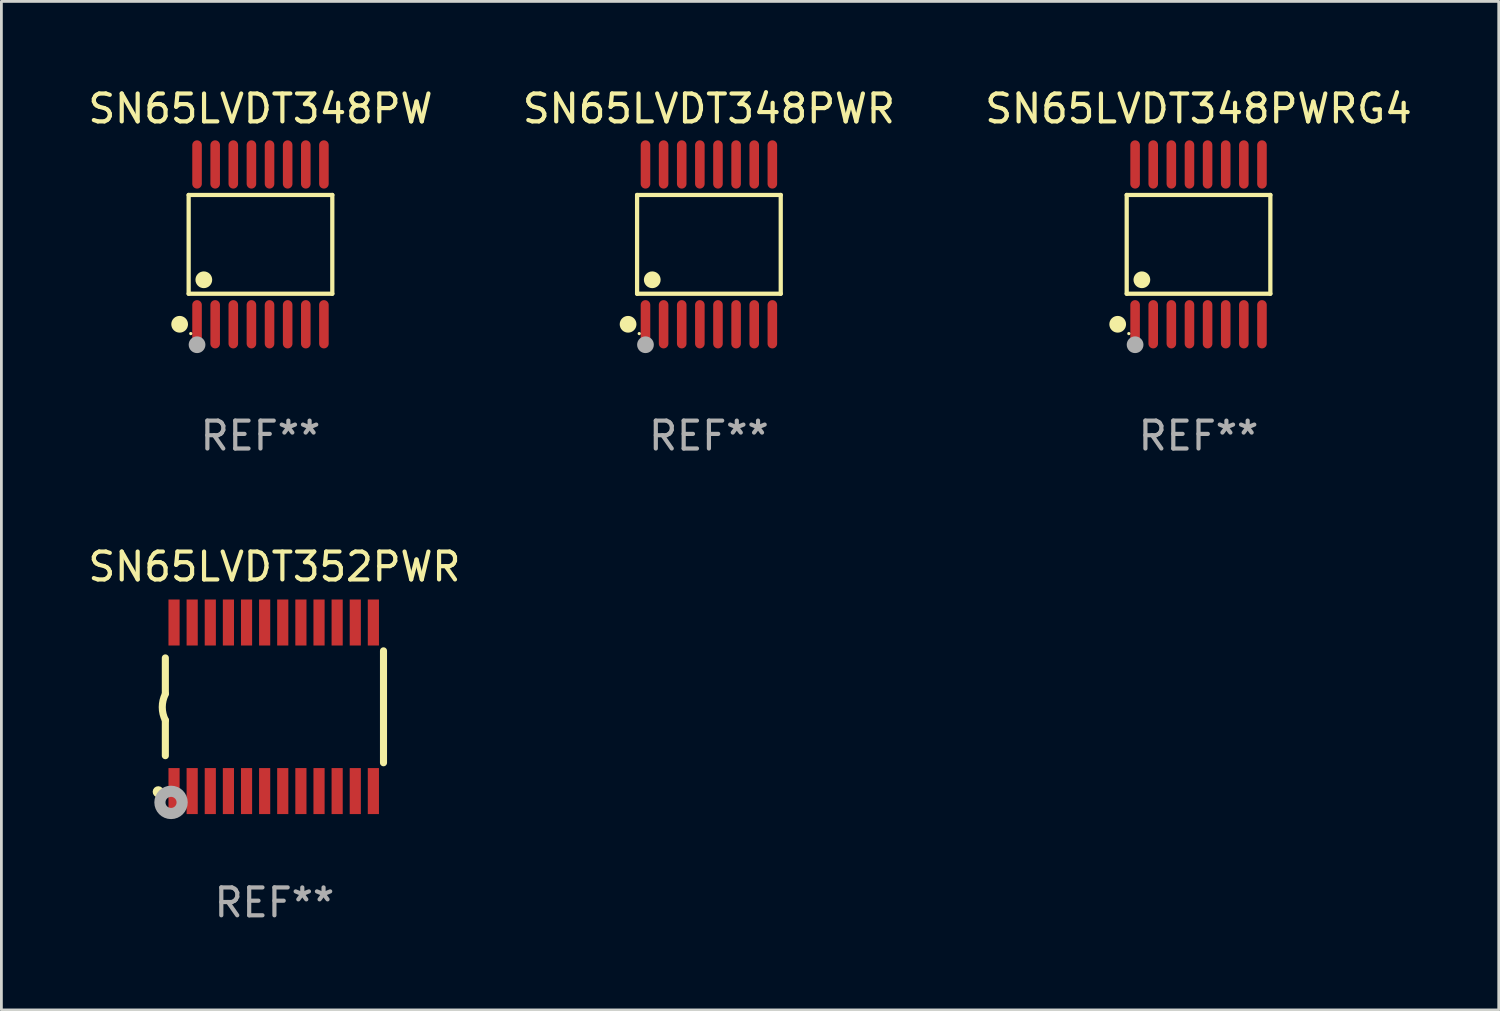
<source format=kicad_pcb>
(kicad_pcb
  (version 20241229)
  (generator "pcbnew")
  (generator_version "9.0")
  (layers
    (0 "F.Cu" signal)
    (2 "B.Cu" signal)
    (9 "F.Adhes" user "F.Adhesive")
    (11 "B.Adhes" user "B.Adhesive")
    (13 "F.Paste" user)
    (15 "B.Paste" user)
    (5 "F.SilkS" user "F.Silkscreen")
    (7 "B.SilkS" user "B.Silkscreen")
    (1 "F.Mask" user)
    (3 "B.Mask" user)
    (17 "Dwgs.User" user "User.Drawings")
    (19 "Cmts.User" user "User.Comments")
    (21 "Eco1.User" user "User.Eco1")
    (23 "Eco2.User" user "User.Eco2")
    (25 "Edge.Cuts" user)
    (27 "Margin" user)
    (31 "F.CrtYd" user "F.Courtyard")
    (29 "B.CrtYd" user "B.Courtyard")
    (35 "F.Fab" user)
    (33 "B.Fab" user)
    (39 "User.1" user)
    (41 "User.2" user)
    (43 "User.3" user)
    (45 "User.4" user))
  (footprint "SN65LVDT348PWRG4"
    (layer "F.Cu")
    (at 39.935 5.714)
    (property "Reference" "SN65LVDT348PWRG4" (at 0 -4.866 0) (layer "F.SilkS") (effects (font (size 1 1) (thickness 0.15))))
    (attr through_hole)
    (fp_line (start -2.576 -1.772) (end 2.576 -1.772) (stroke (width 0.152) (type solid)) (layer "F.SilkS"))
    (fp_line (start -2.576 1.771) (end -2.576 -1.772) (stroke (width 0.152) (type solid)) (layer "F.SilkS"))
    (fp_line (start 2.576 -1.772) (end 2.576 1.771) (stroke (width 0.152) (type solid)) (layer "F.SilkS"))
    (fp_line (start 2.576 1.771) (end -2.576 1.771) (stroke (width 0.152) (type solid)) (layer "F.SilkS"))
    (fp_circle (center -2.899 2.866) (end -2.749 2.866) (stroke (width 0.3) (type solid)) (fill no) (layer "F.SilkS"))
    (fp_circle (center -2.5 3.2) (end -2.47 3.2) (stroke (width 0.06) (type solid)) (fill no) (layer "F.SilkS"))
    (fp_circle (center -2.032 1.27) (end -1.882 1.27) (stroke (width 0.3) (type solid)) (fill no) (layer "F.SilkS"))
    (fp_circle (center -2.275 3.6) (end -2.125 3.6) (stroke (width 0.3) (type solid)) (fill no) (layer "F.Fab"))
    (fp_text user "REF**" (at 0 6.866 0) (layer "F.Fab") (effects (font (size 1 1) (thickness 0.15))))
    (pad "1" smd oval (at -2.275 2.866) (size 0.343 1.731) (layers "F.Cu" "F.Mask" "F.Paste"))
    (pad "2" smd oval (at -1.625 2.866) (size 0.343 1.731) (layers "F.Cu" "F.Mask" "F.Paste"))
    (pad "3" smd oval (at -0.975 2.866) (size 0.343 1.731) (layers "F.Cu" "F.Mask" "F.Paste"))
    (pad "4" smd oval (at -0.325 2.866) (size 0.343 1.731) (layers "F.Cu" "F.Mask" "F.Paste"))
    (pad "5" smd oval (at 0.325 2.866) (size 0.343 1.731) (layers "F.Cu" "F.Mask" "F.Paste"))
    (pad "6" smd oval (at 0.975 2.866) (size 0.343 1.731) (layers "F.Cu" "F.Mask" "F.Paste"))
    (pad "7" smd oval (at 1.625 2.866) (size 0.343 1.731) (layers "F.Cu" "F.Mask" "F.Paste"))
    (pad "8" smd oval (at 2.275 2.866) (size 0.343 1.731) (layers "F.Cu" "F.Mask" "F.Paste"))
    (pad "9" smd oval (at 2.275 -2.866) (size 0.343 1.731) (layers "F.Cu" "F.Mask" "F.Paste"))
    (pad "10" smd oval (at 1.625 -2.866) (size 0.343 1.731) (layers "F.Cu" "F.Mask" "F.Paste"))
    (pad "11" smd oval (at 0.975 -2.866) (size 0.343 1.731) (layers "F.Cu" "F.Mask" "F.Paste"))
    (pad "12" smd oval (at 0.325 -2.866) (size 0.343 1.731) (layers "F.Cu" "F.Mask" "F.Paste"))
    (pad "13" smd oval (at -0.325 -2.866) (size 0.343 1.731) (layers "F.Cu" "F.Mask" "F.Paste"))
    (pad "14" smd oval (at -0.975 -2.866) (size 0.343 1.731) (layers "F.Cu" "F.Mask" "F.Paste"))
    (pad "15" smd oval (at -1.625 -2.866) (size 0.343 1.731) (layers "F.Cu" "F.Mask" "F.Paste"))
    (pad "16" smd oval (at -2.275 -2.866) (size 0.343 1.731) (layers "F.Cu" "F.Mask" "F.Paste")))
  (footprint "SN65LVDT348PWR"
    (layer "F.Cu")
    (at 22.375 5.714)
    (property "Reference" "SN65LVDT348PWR" (at 0 -4.866 0) (layer "F.SilkS") (effects (font (size 1 1) (thickness 0.15))))
    (attr through_hole)
    (fp_line (start -2.576 -1.772) (end 2.576 -1.772) (stroke (width 0.152) (type solid)) (layer "F.SilkS"))
    (fp_line (start -2.576 1.771) (end -2.576 -1.772) (stroke (width 0.152) (type solid)) (layer "F.SilkS"))
    (fp_line (start 2.576 -1.772) (end 2.576 1.771) (stroke (width 0.152) (type solid)) (layer "F.SilkS"))
    (fp_line (start 2.576 1.771) (end -2.576 1.771) (stroke (width 0.152) (type solid)) (layer "F.SilkS"))
    (fp_circle (center -2.899 2.866) (end -2.749 2.866) (stroke (width 0.3) (type solid)) (fill no) (layer "F.SilkS"))
    (fp_circle (center -2.5 3.2) (end -2.47 3.2) (stroke (width 0.06) (type solid)) (fill no) (layer "F.SilkS"))
    (fp_circle (center -2.032 1.27) (end -1.882 1.27) (stroke (width 0.3) (type solid)) (fill no) (layer "F.SilkS"))
    (fp_circle (center -2.275 3.6) (end -2.125 3.6) (stroke (width 0.3) (type solid)) (fill no) (layer "F.Fab"))
    (fp_text user "REF**" (at 0 6.866 0) (layer "F.Fab") (effects (font (size 1 1) (thickness 0.15))))
    (pad "1" smd oval (at -2.275 2.866) (size 0.343 1.731) (layers "F.Cu" "F.Mask" "F.Paste"))
    (pad "2" smd oval (at -1.625 2.866) (size 0.343 1.731) (layers "F.Cu" "F.Mask" "F.Paste"))
    (pad "3" smd oval (at -0.975 2.866) (size 0.343 1.731) (layers "F.Cu" "F.Mask" "F.Paste"))
    (pad "4" smd oval (at -0.325 2.866) (size 0.343 1.731) (layers "F.Cu" "F.Mask" "F.Paste"))
    (pad "5" smd oval (at 0.325 2.866) (size 0.343 1.731) (layers "F.Cu" "F.Mask" "F.Paste"))
    (pad "6" smd oval (at 0.975 2.866) (size 0.343 1.731) (layers "F.Cu" "F.Mask" "F.Paste"))
    (pad "7" smd oval (at 1.625 2.866) (size 0.343 1.731) (layers "F.Cu" "F.Mask" "F.Paste"))
    (pad "8" smd oval (at 2.275 2.866) (size 0.343 1.731) (layers "F.Cu" "F.Mask" "F.Paste"))
    (pad "9" smd oval (at 2.275 -2.866) (size 0.343 1.731) (layers "F.Cu" "F.Mask" "F.Paste"))
    (pad "10" smd oval (at 1.625 -2.866) (size 0.343 1.731) (layers "F.Cu" "F.Mask" "F.Paste"))
    (pad "11" smd oval (at 0.975 -2.866) (size 0.343 1.731) (layers "F.Cu" "F.Mask" "F.Paste"))
    (pad "12" smd oval (at 0.325 -2.866) (size 0.343 1.731) (layers "F.Cu" "F.Mask" "F.Paste"))
    (pad "13" smd oval (at -0.325 -2.866) (size 0.343 1.731) (layers "F.Cu" "F.Mask" "F.Paste"))
    (pad "14" smd oval (at -0.975 -2.866) (size 0.343 1.731) (layers "F.Cu" "F.Mask" "F.Paste"))
    (pad "15" smd oval (at -1.625 -2.866) (size 0.343 1.731) (layers "F.Cu" "F.Mask" "F.Paste"))
    (pad "16" smd oval (at -2.275 -2.866) (size 0.343 1.731) (layers "F.Cu" "F.Mask" "F.Paste")))
  (footprint "SN65LVDT352PWR"
    (layer "F.Cu")
    (at 6.792 22.299)
    (property "Reference" "SN65LVDT352PWR" (at 0 -5.023 0) (layer "F.SilkS") (effects (font (size 1 1) (thickness 0.15))))
    (attr through_hole)
    (fp_line (start -3.912 -0.483) (end -3.912 -1.753) (stroke (width 0.254) (type solid)) (layer "F.SilkS"))
    (fp_line (start -3.912 1.753) (end -3.912 0.483) (stroke (width 0.254) (type solid)) (layer "F.SilkS"))
    (fp_line (start 3.912 -2.007) (end 3.912 2.007) (stroke (width 0.254) (type solid)) (layer "F.SilkS"))
    (fp_arc (start -3.911608 0.482601) (mid -4.022537 0.0127) (end -3.911608 -0.457201) (stroke (width 0.254001) (type solid)) (layer "F.SilkS"))
    (fp_circle (center -4.166 3.048) (end -4.066 3.048) (stroke (width 0.2) (type solid)) (fill no) (layer "F.SilkS"))
    (fp_circle (center -3.925 3.186) (end -3.895 3.186) (stroke (width 0.06) (type solid)) (fill no) (layer "F.SilkS"))
    (fp_circle (center -3.708 3.429) (end -3.509 3.429) (stroke (width 0.4) (type solid)) (fill no) (layer "F.Fab"))
    (fp_text user "REF**" (at 0 7.023 0) (layer "F.Fab") (effects (font (size 1 1) (thickness 0.15))))
    (pad "1" smd rect (at -3.6 3.023) (size 0.4 1.65) (layers "F.Cu" "F.Mask" "F.Paste"))
    (pad "2" smd rect (at -2.95 3.023) (size 0.4 1.65) (layers "F.Cu" "F.Mask" "F.Paste"))
    (pad "3" smd rect (at -2.3 3.023) (size 0.4 1.65) (layers "F.Cu" "F.Mask" "F.Paste"))
    (pad "4" smd rect (at -1.65 3.023) (size 0.4 1.65) (layers "F.Cu" "F.Mask" "F.Paste"))
    (pad "5" smd rect (at -1 3.023) (size 0.4 1.65) (layers "F.Cu" "F.Mask" "F.Paste"))
    (pad "6" smd rect (at -0.35 3.023) (size 0.4 1.65) (layers "F.Cu" "F.Mask" "F.Paste"))
    (pad "7" smd rect (at 0.299 3.023) (size 0.4 1.65) (layers "F.Cu" "F.Mask" "F.Paste"))
    (pad "8" smd rect (at 0.95 3.023) (size 0.4 1.65) (layers "F.Cu" "F.Mask" "F.Paste"))
    (pad "9" smd rect (at 1.6 3.023) (size 0.4 1.65) (layers "F.Cu" "F.Mask" "F.Paste"))
    (pad "10" smd rect (at 2.25 3.023) (size 0.4 1.65) (layers "F.Cu" "F.Mask" "F.Paste"))
    (pad "11" smd rect (at 2.9 3.023) (size 0.4 1.65) (layers "F.Cu" "F.Mask" "F.Paste"))
    (pad "12" smd rect (at 3.549 3.023) (size 0.4 1.65) (layers "F.Cu" "F.Mask" "F.Paste"))
    (pad "13" smd rect (at 3.549 -3.023) (size 0.4 1.65) (layers "F.Cu" "F.Mask" "F.Paste"))
    (pad "14" smd rect (at 2.9 -3.023) (size 0.4 1.65) (layers "F.Cu" "F.Mask" "F.Paste"))
    (pad "15" smd rect (at 2.25 -3.023) (size 0.4 1.65) (layers "F.Cu" "F.Mask" "F.Paste"))
    (pad "16" smd rect (at 1.6 -3.023) (size 0.4 1.65) (layers "F.Cu" "F.Mask" "F.Paste"))
    (pad "17" smd rect (at 0.95 -3.023) (size 0.4 1.65) (layers "F.Cu" "F.Mask" "F.Paste"))
    (pad "18" smd rect (at 0.299 -3.023) (size 0.4 1.65) (layers "F.Cu" "F.Mask" "F.Paste"))
    (pad "19" smd rect (at -0.35 -3.023) (size 0.4 1.65) (layers "F.Cu" "F.Mask" "F.Paste"))
    (pad "20" smd rect (at -1 -3.023) (size 0.4 1.65) (layers "F.Cu" "F.Mask" "F.Paste"))
    (pad "21" smd rect (at -1.65 -3.023) (size 0.4 1.65) (layers "F.Cu" "F.Mask" "F.Paste"))
    (pad "22" smd rect (at -2.3 -3.023) (size 0.4 1.65) (layers "F.Cu" "F.Mask" "F.Paste"))
    (pad "23" smd rect (at -2.95 -3.023) (size 0.4 1.65) (layers "F.Cu" "F.Mask" "F.Paste"))
    (pad "24" smd rect (at -3.6 -3.023) (size 0.4 1.65) (layers "F.Cu" "F.Mask" "F.Paste")))
  (footprint "SN65LVDT348PW"
    (layer "F.Cu")
    (at 6.292 5.714)
    (property "Reference" "SN65LVDT348PW" (at 0 -4.866 0) (layer "F.SilkS") (effects (font (size 1 1) (thickness 0.15))))
    (attr through_hole)
    (fp_line (start -2.576 -1.772) (end 2.576 -1.772) (stroke (width 0.152) (type solid)) (layer "F.SilkS"))
    (fp_line (start -2.576 1.771) (end -2.576 -1.772) (stroke (width 0.152) (type solid)) (layer "F.SilkS"))
    (fp_line (start 2.576 -1.772) (end 2.576 1.771) (stroke (width 0.152) (type solid)) (layer "F.SilkS"))
    (fp_line (start 2.576 1.771) (end -2.576 1.771) (stroke (width 0.152) (type solid)) (layer "F.SilkS"))
    (fp_circle (center -2.899 2.866) (end -2.749 2.866) (stroke (width 0.3) (type solid)) (fill no) (layer "F.SilkS"))
    (fp_circle (center -2.5 3.2) (end -2.47 3.2) (stroke (width 0.06) (type solid)) (fill no) (layer "F.SilkS"))
    (fp_circle (center -2.032 1.27) (end -1.882 1.27) (stroke (width 0.3) (type solid)) (fill no) (layer "F.SilkS"))
    (fp_circle (center -2.275 3.6) (end -2.125 3.6) (stroke (width 0.3) (type solid)) (fill no) (layer "F.Fab"))
    (fp_text user "REF**" (at 0 6.866 0) (layer "F.Fab") (effects (font (size 1 1) (thickness 0.15))))
    (pad "1" smd oval (at -2.275 2.866) (size 0.343 1.731) (layers "F.Cu" "F.Mask" "F.Paste"))
    (pad "2" smd oval (at -1.625 2.866) (size 0.343 1.731) (layers "F.Cu" "F.Mask" "F.Paste"))
    (pad "3" smd oval (at -0.975 2.866) (size 0.343 1.731) (layers "F.Cu" "F.Mask" "F.Paste"))
    (pad "4" smd oval (at -0.325 2.866) (size 0.343 1.731) (layers "F.Cu" "F.Mask" "F.Paste"))
    (pad "5" smd oval (at 0.325 2.866) (size 0.343 1.731) (layers "F.Cu" "F.Mask" "F.Paste"))
    (pad "6" smd oval (at 0.975 2.866) (size 0.343 1.731) (layers "F.Cu" "F.Mask" "F.Paste"))
    (pad "7" smd oval (at 1.625 2.866) (size 0.343 1.731) (layers "F.Cu" "F.Mask" "F.Paste"))
    (pad "8" smd oval (at 2.275 2.866) (size 0.343 1.731) (layers "F.Cu" "F.Mask" "F.Paste"))
    (pad "9" smd oval (at 2.275 -2.866) (size 0.343 1.731) (layers "F.Cu" "F.Mask" "F.Paste"))
    (pad "10" smd oval (at 1.625 -2.866) (size 0.343 1.731) (layers "F.Cu" "F.Mask" "F.Paste"))
    (pad "11" smd oval (at 0.975 -2.866) (size 0.343 1.731) (layers "F.Cu" "F.Mask" "F.Paste"))
    (pad "12" smd oval (at 0.325 -2.866) (size 0.343 1.731) (layers "F.Cu" "F.Mask" "F.Paste"))
    (pad "13" smd oval (at -0.325 -2.866) (size 0.343 1.731) (layers "F.Cu" "F.Mask" "F.Paste"))
    (pad "14" smd oval (at -0.975 -2.866) (size 0.343 1.731) (layers "F.Cu" "F.Mask" "F.Paste"))
    (pad "15" smd oval (at -1.625 -2.866) (size 0.343 1.731) (layers "F.Cu" "F.Mask" "F.Paste"))
    (pad "16" smd oval (at -2.275 -2.866) (size 0.343 1.731) (layers "F.Cu" "F.Mask" "F.Paste")))
  (gr_rect
    (start -3 -3)
    (end 50.702 33.17)
    (stroke (width 0.1) (type default))
    (fill no)
    (layer "Edge.Cuts")))
</source>
